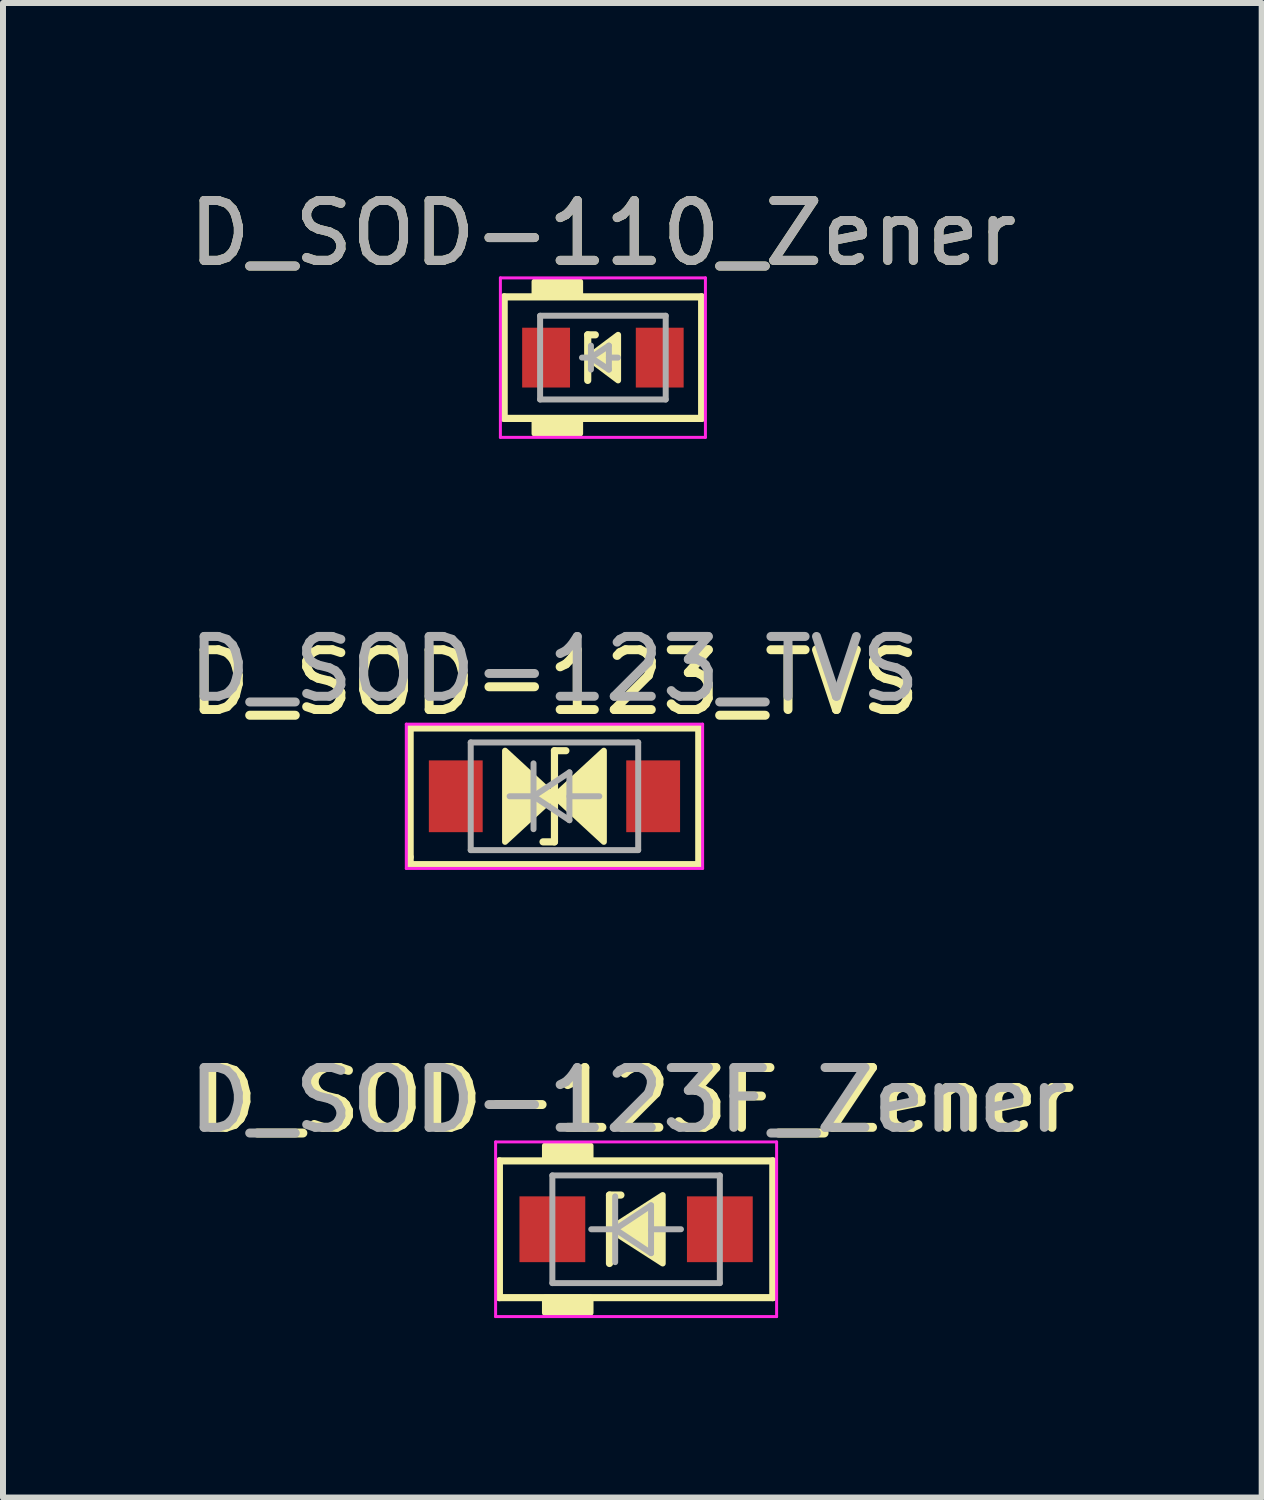
<source format=kicad_pcb>
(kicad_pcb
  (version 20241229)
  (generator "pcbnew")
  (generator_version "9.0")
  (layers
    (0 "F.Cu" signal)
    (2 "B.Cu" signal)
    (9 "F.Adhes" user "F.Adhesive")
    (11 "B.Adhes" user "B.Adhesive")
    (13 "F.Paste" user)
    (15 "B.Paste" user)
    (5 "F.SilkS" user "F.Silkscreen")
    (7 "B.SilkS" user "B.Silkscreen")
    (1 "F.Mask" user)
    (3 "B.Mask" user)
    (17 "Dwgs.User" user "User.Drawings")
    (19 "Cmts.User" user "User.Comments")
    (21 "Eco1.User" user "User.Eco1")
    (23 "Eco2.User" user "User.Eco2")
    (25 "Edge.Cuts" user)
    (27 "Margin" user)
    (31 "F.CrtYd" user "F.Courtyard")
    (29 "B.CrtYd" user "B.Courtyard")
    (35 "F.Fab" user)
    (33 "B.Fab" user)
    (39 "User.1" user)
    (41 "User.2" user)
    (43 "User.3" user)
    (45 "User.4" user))
  (footprint "D_SOD-110_Zener"
    (layer "F.Cu")
    (at 7.03 2.929)
    (property "Reference" "D_SOD-110_Zener" (at 0 -2.081 0) (layer "F.SilkS") (effects (font (size 1 1) (thickness 0.15))))
    (attr smd)
    (fp_line (start -1.651 -1.016) (end -1.651 1.016) (stroke (width 0.12) (type solid)) (layer "F.SilkS"))
    (fp_line (start -1.651 1.016) (end 1.651 1.016) (stroke (width 0.12) (type solid)) (layer "F.SilkS"))
    (fp_line (start -0.254 -0.381) (end -0.254 0.381) (stroke (width 0.12) (type solid)) (layer "F.SilkS"))
    (fp_line (start -0.254 -0.381) (end -0.127 -0.381) (stroke (width 0.12) (type solid)) (layer "F.SilkS"))
    (fp_line (start 1.651 -1.016) (end -1.651 -1.016) (stroke (width 0.12) (type solid)) (layer "F.SilkS"))
    (fp_line (start 1.651 1.016) (end 1.651 -1.016) (stroke (width 0.12) (type solid)) (layer "F.SilkS"))
    (fp_poly (pts (xy 0.254 0.381) (xy -0.254 0) (xy 0.254 -0.381)) (stroke (width 0.1) (type solid)) (fill yes) (layer "F.SilkS"))
    (fp_poly (pts (xy -0.381 -1.016) (xy -1.143 -1.016) (xy -1.143 -1.27) (xy -0.381 -1.27)) (stroke (width 0.1) (type solid)) (fill yes) (layer "F.SilkS"))
    (fp_poly (pts (xy -0.381 1.27) (xy -1.143 1.27) (xy -1.143 1.016) (xy -0.381 1.016)) (stroke (width 0.1) (type solid)) (fill yes) (layer "F.SilkS"))
    (fp_line (start -1.714 -1.333) (end -1.714 1.333) (stroke (width 0.05) (type solid)) (layer "F.CrtYd"))
    (fp_line (start -1.714 -1.333) (end 1.714 -1.333) (stroke (width 0.05) (type solid)) (layer "F.CrtYd"))
    (fp_line (start 1.714 -1.333) (end 1.714 1.333) (stroke (width 0.05) (type solid)) (layer "F.CrtYd"))
    (fp_line (start 1.714 1.333) (end -1.714 1.333) (stroke (width 0.05) (type solid)) (layer "F.CrtYd"))
    (fp_line (start -1.05 -0.7) (end -1.05 0.7) (stroke (width 0.1) (type solid)) (layer "F.Fab"))
    (fp_line (start -1.05 0.7) (end 1.05 0.7) (stroke (width 0.1) (type solid)) (layer "F.Fab"))
    (fp_line (start -0.2 0) (end -0.35 0) (stroke (width 0.1) (type solid)) (layer "F.Fab"))
    (fp_line (start -0.2 0) (end 0.1 0.2) (stroke (width 0.1) (type solid)) (layer "F.Fab"))
    (fp_line (start -0.2 0.2) (end -0.2 -0.2) (stroke (width 0.1) (type solid)) (layer "F.Fab"))
    (fp_line (start 0.1 -0.2) (end -0.2 0) (stroke (width 0.1) (type solid)) (layer "F.Fab"))
    (fp_line (start 0.1 0) (end 0.25 0) (stroke (width 0.1) (type solid)) (layer "F.Fab"))
    (fp_line (start 0.1 0.2) (end 0.1 -0.2) (stroke (width 0.1) (type solid)) (layer "F.Fab"))
    (fp_line (start 1.05 -0.7) (end -1.05 -0.7) (stroke (width 0.1) (type solid)) (layer "F.Fab"))
    (fp_line (start 1.05 0.7) (end 1.05 -0.7) (stroke (width 0.1) (type solid)) (layer "F.Fab"))
    (fp_text user "${REFERENCE}" (at 0 -2.081 0) (layer "F.Fab") (effects (font (size 1 1) (thickness 0.15))))
    (pad "1" smd rect (at -0.95 0) (size 0.8 1) (layers "F.Cu" "F.Mask" "F.Paste"))
    (pad "2" smd rect (at 0.95 0) (size 0.8 1) (layers "F.Cu" "F.Mask" "F.Paste")))
  (footprint "D_SOD-123_TVS"
    (layer "F.Cu")
    (at 6.22 10.263)
    (property "Reference" "D_SOD-123_TVS" (at 0 -1.905 0) (layer "F.SilkS") (effects (font (size 1 1) (thickness 0.15))))
    (attr smd)
    (fp_line (start -2.413 -1.143) (end -2.413 1.016) (stroke (width 0.12) (type solid)) (layer "F.SilkS"))
    (fp_line (start -2.413 1.016) (end -2.413 1.143) (stroke (width 0.12) (type solid)) (layer "F.SilkS"))
    (fp_line (start -2.413 1.143) (end 2.413 1.143) (stroke (width 0.12) (type solid)) (layer "F.SilkS"))
    (fp_line (start -0.191 0.762) (end 0 0.762) (stroke (width 0.12) (type solid)) (layer "F.SilkS"))
    (fp_line (start 0 -0.762) (end 0 0.762) (stroke (width 0.12) (type solid)) (layer "F.SilkS"))
    (fp_line (start 0 -0.762) (end 0.191 -0.762) (stroke (width 0.12) (type solid)) (layer "F.SilkS"))
    (fp_line (start 2.413 -1.143) (end -2.413 -1.143) (stroke (width 0.12) (type solid)) (layer "F.SilkS"))
    (fp_line (start 2.413 1.143) (end 2.413 -1.143) (stroke (width 0.12) (type solid)) (layer "F.SilkS"))
    (fp_poly (pts (xy 0 0) (xy -0.826 0.762) (xy -0.826 -0.762)) (stroke (width 0.1) (type solid)) (fill yes) (layer "F.SilkS"))
    (fp_poly (pts (xy 0 0) (xy 0.826 -0.762) (xy 0.826 0.762)) (stroke (width 0.1) (type solid)) (fill yes) (layer "F.SilkS"))
    (fp_line (start -2.477 -1.206) (end -2.477 1.206) (stroke (width 0.05) (type solid)) (layer "F.CrtYd"))
    (fp_line (start -2.477 -1.206) (end 2.477 -1.206) (stroke (width 0.05) (type solid)) (layer "F.CrtYd"))
    (fp_line (start 2.477 -1.206) (end 2.477 1.206) (stroke (width 0.05) (type solid)) (layer "F.CrtYd"))
    (fp_line (start 2.477 1.206) (end -2.477 1.206) (stroke (width 0.05) (type solid)) (layer "F.CrtYd"))
    (fp_line (start -1.4 -0.9) (end 1.4 -0.9) (stroke (width 0.1) (type solid)) (layer "F.Fab"))
    (fp_line (start -1.4 0.9) (end -1.4 -0.9) (stroke (width 0.1) (type solid)) (layer "F.Fab"))
    (fp_line (start -0.75 0) (end -0.35 0) (stroke (width 0.1) (type solid)) (layer "F.Fab"))
    (fp_line (start -0.35 0) (end -0.35 -0.55) (stroke (width 0.1) (type solid)) (layer "F.Fab"))
    (fp_line (start -0.35 0) (end -0.35 0.55) (stroke (width 0.1) (type solid)) (layer "F.Fab"))
    (fp_line (start -0.35 0) (end 0.25 -0.4) (stroke (width 0.1) (type solid)) (layer "F.Fab"))
    (fp_line (start 0.25 -0.4) (end 0.25 0.4) (stroke (width 0.1) (type solid)) (layer "F.Fab"))
    (fp_line (start 0.25 0) (end 0.75 0) (stroke (width 0.1) (type solid)) (layer "F.Fab"))
    (fp_line (start 0.25 0.4) (end -0.35 0) (stroke (width 0.1) (type solid)) (layer "F.Fab"))
    (fp_line (start 1.4 -0.9) (end 1.4 0.9) (stroke (width 0.1) (type solid)) (layer "F.Fab"))
    (fp_line (start 1.4 0.9) (end -1.4 0.9) (stroke (width 0.1) (type solid)) (layer "F.Fab"))
    (fp_text user "${REFERENCE}" (at 0 -2.127 0) (layer "F.Fab") (effects (font (size 1 1) (thickness 0.15))))
    (pad "1" smd rect (at -1.65 0) (size 0.9 1.2) (layers "F.Cu" "F.Mask" "F.Paste"))
    (pad "2" smd rect (at 1.65 0) (size 0.9 1.2) (layers "F.Cu" "F.Mask" "F.Paste")))
  (footprint "D_SOD-123F_Zener"
    (layer "F.Cu")
    (at 7.585 17.502)
    (property "Reference" "D_SOD-123F_Zener" (at 0 -2.159 0) (layer "F.SilkS") (effects (font (size 1 1) (thickness 0.15))))
    (attr smd)
    (fp_line (start -2.286 -1.143) (end 2.286 -1.143) (stroke (width 0.12) (type solid)) (layer "F.SilkS"))
    (fp_line (start -2.286 1.143) (end -2.286 -1.143) (stroke (width 0.12) (type solid)) (layer "F.SilkS"))
    (fp_line (start -0.445 -0.572) (end -0.445 0.572) (stroke (width 0.12) (type solid)) (layer "F.SilkS"))
    (fp_line (start -0.445 -0.572) (end -0.254 -0.572) (stroke (width 0.12) (type solid)) (layer "F.SilkS"))
    (fp_line (start 2.286 -1.143) (end 2.286 1.143) (stroke (width 0.12) (type solid)) (layer "F.SilkS"))
    (fp_line (start 2.286 1.143) (end -2.286 1.143) (stroke (width 0.12) (type solid)) (layer "F.SilkS"))
    (fp_poly (pts (xy 0.445 0.572) (xy -0.445 0) (xy 0.445 -0.572)) (stroke (width 0.1) (type solid)) (fill yes) (layer "F.SilkS"))
    (fp_poly (pts (xy -0.762 -1.143) (xy -1.524 -1.143) (xy -1.524 -1.397) (xy -0.762 -1.397)) (stroke (width 0.1) (type solid)) (fill yes) (layer "F.SilkS"))
    (fp_poly (pts (xy -0.762 1.397) (xy -1.524 1.397) (xy -1.524 1.143) (xy -0.762 1.143)) (stroke (width 0.1) (type solid)) (fill yes) (layer "F.SilkS"))
    (fp_line (start -2.349 -1.46) (end -2.349 1.46) (stroke (width 0.05) (type solid)) (layer "F.CrtYd"))
    (fp_line (start -2.349 -1.46) (end 2.349 -1.46) (stroke (width 0.05) (type solid)) (layer "F.CrtYd"))
    (fp_line (start 2.349 -1.46) (end 2.349 1.46) (stroke (width 0.05) (type solid)) (layer "F.CrtYd"))
    (fp_line (start 2.349 1.46) (end -2.349 1.46) (stroke (width 0.05) (type solid)) (layer "F.CrtYd"))
    (fp_line (start -1.4 -0.9) (end 1.4 -0.9) (stroke (width 0.1) (type solid)) (layer "F.Fab"))
    (fp_line (start -1.4 0.9) (end -1.4 -0.9) (stroke (width 0.1) (type solid)) (layer "F.Fab"))
    (fp_line (start -0.75 0) (end -0.35 0) (stroke (width 0.1) (type solid)) (layer "F.Fab"))
    (fp_line (start -0.35 0) (end -0.35 -0.55) (stroke (width 0.1) (type solid)) (layer "F.Fab"))
    (fp_line (start -0.35 0) (end -0.35 0.55) (stroke (width 0.1) (type solid)) (layer "F.Fab"))
    (fp_line (start -0.35 0) (end 0.25 -0.4) (stroke (width 0.1) (type solid)) (layer "F.Fab"))
    (fp_line (start 0.25 -0.4) (end 0.25 0.4) (stroke (width 0.1) (type solid)) (layer "F.Fab"))
    (fp_line (start 0.25 0) (end 0.75 0) (stroke (width 0.1) (type solid)) (layer "F.Fab"))
    (fp_line (start 0.25 0.4) (end -0.35 0) (stroke (width 0.1) (type solid)) (layer "F.Fab"))
    (fp_line (start 1.4 -0.9) (end 1.4 0.9) (stroke (width 0.1) (type solid)) (layer "F.Fab"))
    (fp_line (start 1.4 0.9) (end -1.4 0.9) (stroke (width 0.1) (type solid)) (layer "F.Fab"))
    (fp_text user "${REFERENCE}" (at -0.127 -2.159 0) (layer "F.Fab") (effects (font (size 1 1) (thickness 0.15))))
    (pad "1" smd rect (at -1.4 0) (size 1.1 1.1) (layers "F.Cu" "F.Mask" "F.Paste"))
    (pad "2" smd rect (at 1.4 0) (size 1.1 1.1) (layers "F.Cu" "F.Mask" "F.Paste")))
  (gr_rect
    (start -3 -3)
    (end 18.044 21.987)
    (stroke (width 0.1) (type default))
    (fill no)
    (layer "Edge.Cuts")))
</source>
